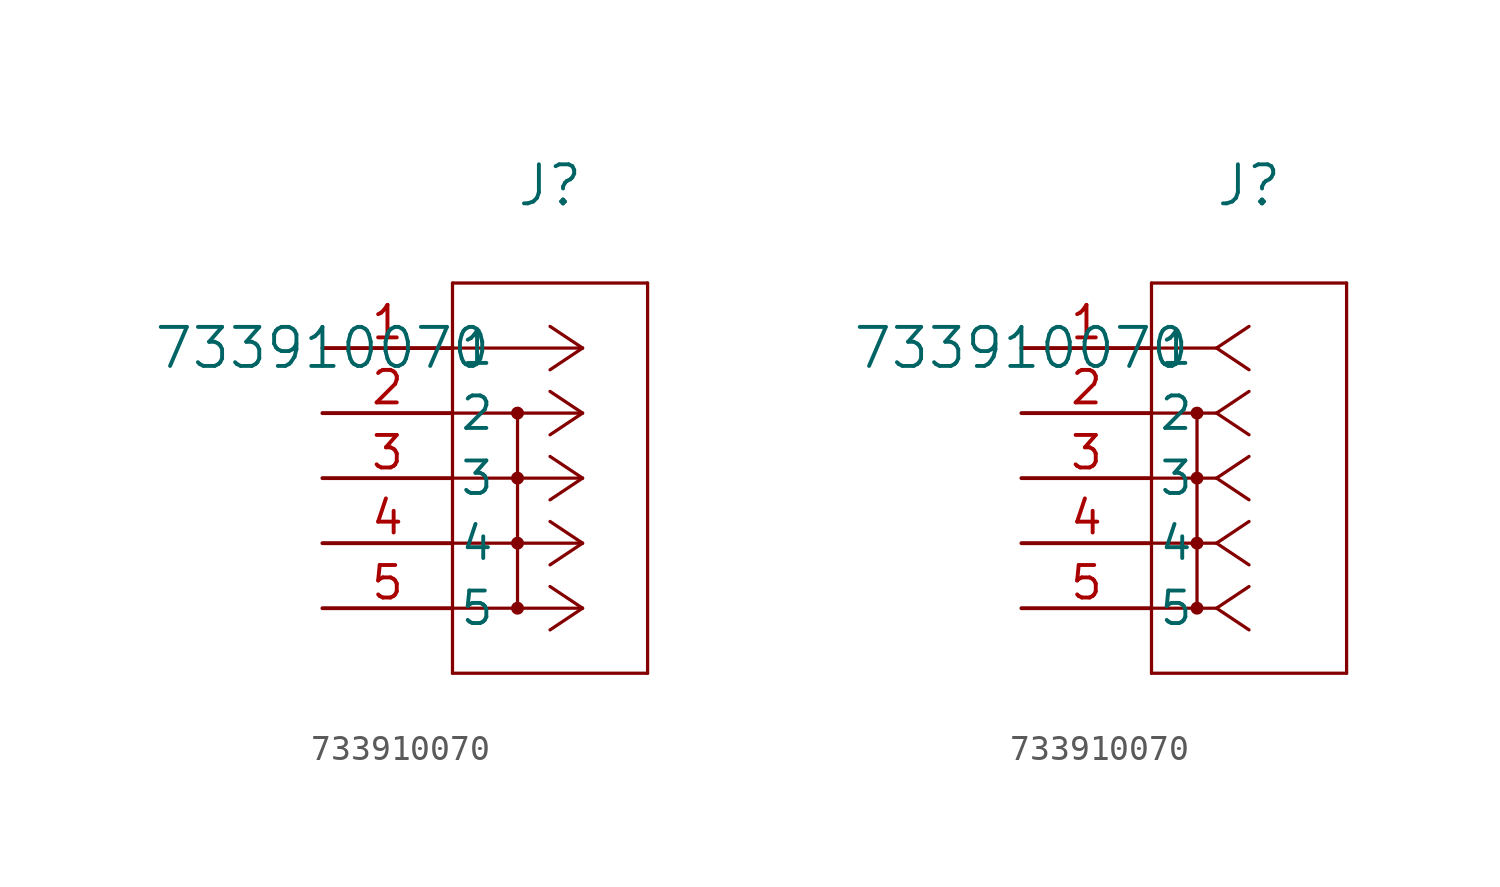
<source format=kicad_sym>
(kicad_symbol_lib
  (version 20211014)
  (generator kicad_symbol_editor)
  (symbol "733910070"
    (pin_names
      (offset 0.254))
    (property "Reference" "J"
      (at 8.89 6.35 0)
      (effects (font (size 1.524 1.524))))
    (property "Value" "733910070"
      (at 0 0 0)
      (effects (font (size 1.524 1.524))))
    (symbol "733910070_1_1"
      (polyline (pts (xy 10.16 0) (xy 5.08 0)) (stroke (width 0.127) (type default) (color 0 0 0 0)) (fill (type none)))
      (polyline (pts (xy 10.16 -2.54) (xy 5.08 -2.54)) (stroke (width 0.127) (type default) (color 0 0 0 0)) (fill (type none)))
      (polyline (pts (xy 10.16 -5.08) (xy 5.08 -5.08)) (stroke (width 0.127) (type default) (color 0 0 0 0)) (fill (type none)))
      (polyline (pts (xy 10.16 -7.62) (xy 5.08 -7.62)) (stroke (width 0.127) (type default) (color 0 0 0 0)) (fill (type none)))
      (polyline (pts (xy 10.16 -10.16) (xy 5.08 -10.16)) (stroke (width 0.127) (type default) (color 0 0 0 0)) (fill (type none)))
      (polyline (pts (xy 10.16 0) (xy 8.89 0.847)) (stroke (width 0.127) (type default) (color 0 0 0 0)) (fill (type none)))
      (polyline (pts (xy 10.16 -2.54) (xy 8.89 -1.693)) (stroke (width 0.127) (type default) (color 0 0 0 0)) (fill (type none)))
      (polyline (pts (xy 10.16 -5.08) (xy 8.89 -4.233)) (stroke (width 0.127) (type default) (color 0 0 0 0)) (fill (type none)))
      (polyline (pts (xy 10.16 -7.62) (xy 8.89 -6.773)) (stroke (width 0.127) (type default) (color 0 0 0 0)) (fill (type none)))
      (polyline (pts (xy 10.16 -10.16) (xy 8.89 -9.313)) (stroke (width 0.127) (type default) (color 0 0 0 0)) (fill (type none)))
      (polyline (pts (xy 10.16 0) (xy 8.89 -0.847)) (stroke (width 0.127) (type default) (color 0 0 0 0)) (fill (type none)))
      (polyline (pts (xy 10.16 -2.54) (xy 8.89 -3.387)) (stroke (width 0.127) (type default) (color 0 0 0 0)) (fill (type none)))
      (polyline (pts (xy 10.16 -5.08) (xy 8.89 -5.927)) (stroke (width 0.127) (type default) (color 0 0 0 0)) (fill (type none)))
      (polyline (pts (xy 10.16 -7.62) (xy 8.89 -8.467)) (stroke (width 0.127) (type default) (color 0 0 0 0)) (fill (type none)))
      (polyline (pts (xy 10.16 -10.16) (xy 8.89 -11.007)) (stroke (width 0.127) (type default) (color 0 0 0 0)) (fill (type none)))
      (polyline (pts (xy 5.08 2.54) (xy 5.08 -12.7)) (stroke (width 0.127) (type default) (color 0 0 0 0)) (fill (type none)))
      (polyline (pts (xy 5.08 -12.7) (xy 12.7 -12.7)) (stroke (width 0.127) (type default) (color 0 0 0 0)) (fill (type none)))
      (polyline (pts (xy 12.7 -12.7) (xy 12.7 2.54)) (stroke (width 0.127) (type default) (color 0 0 0 0)) (fill (type none)))
      (polyline (pts (xy 12.7 2.54) (xy 5.08 2.54)) (stroke (width 0.127) (type default) (color 0 0 0 0)) (fill (type none)))
      (polyline (pts (xy 7.62 -2.54) (xy 7.62 -10.16)) (stroke (width 0.127) (type default) (color 0 0 0 0)) (fill (type none)))
      (circle (center 7.62 -2.54) (radius 0.127) (stroke (width 0.254) (type default) (color 0 0 0 0)) (fill (type none)))
      (circle (center 7.62 -5.08) (radius 0.127) (stroke (width 0.254) (type default) (color 0 0 0 0)) (fill (type none)))
      (circle (center 7.62 -7.62) (radius 0.127) (stroke (width 0.254) (type default) (color 0 0 0 0)) (fill (type none)))
      (circle (center 7.62 -10.16) (radius 0.127) (stroke (width 0.254) (type default) (color 0 0 0 0)) (fill (type none)))
      (pin unspecified line (at 0 0 0) (length 5.08) (name "1" (effects (font (size 1.27 1.27)))) (number "1" (effects (font (size 1.27 1.27)))))
      (pin unspecified line (at 0 -2.54 0) (length 5.08) (name "2" (effects (font (size 1.27 1.27)))) (number "2" (effects (font (size 1.27 1.27)))))
      (pin unspecified line (at 0 -5.08 0) (length 5.08) (name "3" (effects (font (size 1.27 1.27)))) (number "3" (effects (font (size 1.27 1.27)))))
      (pin unspecified line (at 0 -7.62 0) (length 5.08) (name "4" (effects (font (size 1.27 1.27)))) (number "4" (effects (font (size 1.27 1.27)))))
      (pin unspecified line (at 0 -10.16 0) (length 5.08) (name "5" (effects (font (size 1.27 1.27)))) (number "5" (effects (font (size 1.27 1.27))))))
    (symbol "733910070_1_2"
      (polyline (pts (xy 7.62 0) (xy 5.08 0)) (stroke (width 0.127) (type default) (color 0 0 0 0)) (fill (type none)))
      (polyline (pts (xy 7.62 -2.54) (xy 5.08 -2.54)) (stroke (width 0.127) (type default) (color 0 0 0 0)) (fill (type none)))
      (polyline (pts (xy 7.62 -5.08) (xy 5.08 -5.08)) (stroke (width 0.127) (type default) (color 0 0 0 0)) (fill (type none)))
      (polyline (pts (xy 7.62 -7.62) (xy 5.08 -7.62)) (stroke (width 0.127) (type default) (color 0 0 0 0)) (fill (type none)))
      (polyline (pts (xy 7.62 -10.16) (xy 5.08 -10.16)) (stroke (width 0.127) (type default) (color 0 0 0 0)) (fill (type none)))
      (polyline (pts (xy 7.62 0) (xy 8.89 0.847)) (stroke (width 0.127) (type default) (color 0 0 0 0)) (fill (type none)))
      (polyline (pts (xy 7.62 -2.54) (xy 8.89 -1.693)) (stroke (width 0.127) (type default) (color 0 0 0 0)) (fill (type none)))
      (polyline (pts (xy 7.62 -5.08) (xy 8.89 -4.233)) (stroke (width 0.127) (type default) (color 0 0 0 0)) (fill (type none)))
      (polyline (pts (xy 7.62 -7.62) (xy 8.89 -6.773)) (stroke (width 0.127) (type default) (color 0 0 0 0)) (fill (type none)))
      (polyline (pts (xy 7.62 -10.16) (xy 8.89 -9.313)) (stroke (width 0.127) (type default) (color 0 0 0 0)) (fill (type none)))
      (polyline (pts (xy 7.62 0) (xy 8.89 -0.847)) (stroke (width 0.127) (type default) (color 0 0 0 0)) (fill (type none)))
      (polyline (pts (xy 7.62 -2.54) (xy 8.89 -3.387)) (stroke (width 0.127) (type default) (color 0 0 0 0)) (fill (type none)))
      (polyline (pts (xy 7.62 -5.08) (xy 8.89 -5.927)) (stroke (width 0.127) (type default) (color 0 0 0 0)) (fill (type none)))
      (polyline (pts (xy 7.62 -7.62) (xy 8.89 -8.467)) (stroke (width 0.127) (type default) (color 0 0 0 0)) (fill (type none)))
      (polyline (pts (xy 7.62 -10.16) (xy 8.89 -11.007)) (stroke (width 0.127) (type default) (color 0 0 0 0)) (fill (type none)))
      (polyline (pts (xy 5.08 2.54) (xy 5.08 -12.7)) (stroke (width 0.127) (type default) (color 0 0 0 0)) (fill (type none)))
      (polyline (pts (xy 5.08 -12.7) (xy 12.7 -12.7)) (stroke (width 0.127) (type default) (color 0 0 0 0)) (fill (type none)))
      (polyline (pts (xy 12.7 -12.7) (xy 12.7 2.54)) (stroke (width 0.127) (type default) (color 0 0 0 0)) (fill (type none)))
      (polyline (pts (xy 12.7 2.54) (xy 5.08 2.54)) (stroke (width 0.127) (type default) (color 0 0 0 0)) (fill (type none)))
      (polyline (pts (xy 6.858 -2.54) (xy 6.858 -10.16)) (stroke (width 0.127) (type default) (color 0 0 0 0)) (fill (type none)))
      (circle (center 6.858 -5.08) (radius 0.127) (stroke (width 0.254) (type default) (color 0 0 0 0)) (fill (type none)))
      (circle (center 6.858 -2.54) (radius 0.127) (stroke (width 0.254) (type default) (color 0 0 0 0)) (fill (type none)))
      (circle (center 6.858 -10.16) (radius 0.127) (stroke (width 0.254) (type default) (color 0 0 0 0)) (fill (type none)))
      (circle (center 6.858 -7.62) (radius 0.127) (stroke (width 0.254) (type default) (color 0 0 0 0)) (fill (type none)))
      (pin unspecified line (at 0 0 0) (length 5.08) (name "1" (effects (font (size 1.27 1.27)))) (number "1" (effects (font (size 1.27 1.27)))))
      (pin unspecified line (at 0 -2.54 0) (length 5.08) (name "2" (effects (font (size 1.27 1.27)))) (number "2" (effects (font (size 1.27 1.27)))))
      (pin unspecified line (at 0 -5.08 0) (length 5.08) (name "3" (effects (font (size 1.27 1.27)))) (number "3" (effects (font (size 1.27 1.27)))))
      (pin unspecified line (at 0 -7.62 0) (length 5.08) (name "4" (effects (font (size 1.27 1.27)))) (number "4" (effects (font (size 1.27 1.27)))))
      (pin unspecified line (at 0 -10.16 0) (length 5.08) (name "5" (effects (font (size 1.27 1.27)))) (number "5" (effects (font (size 1.27 1.27))))))))
</source>
